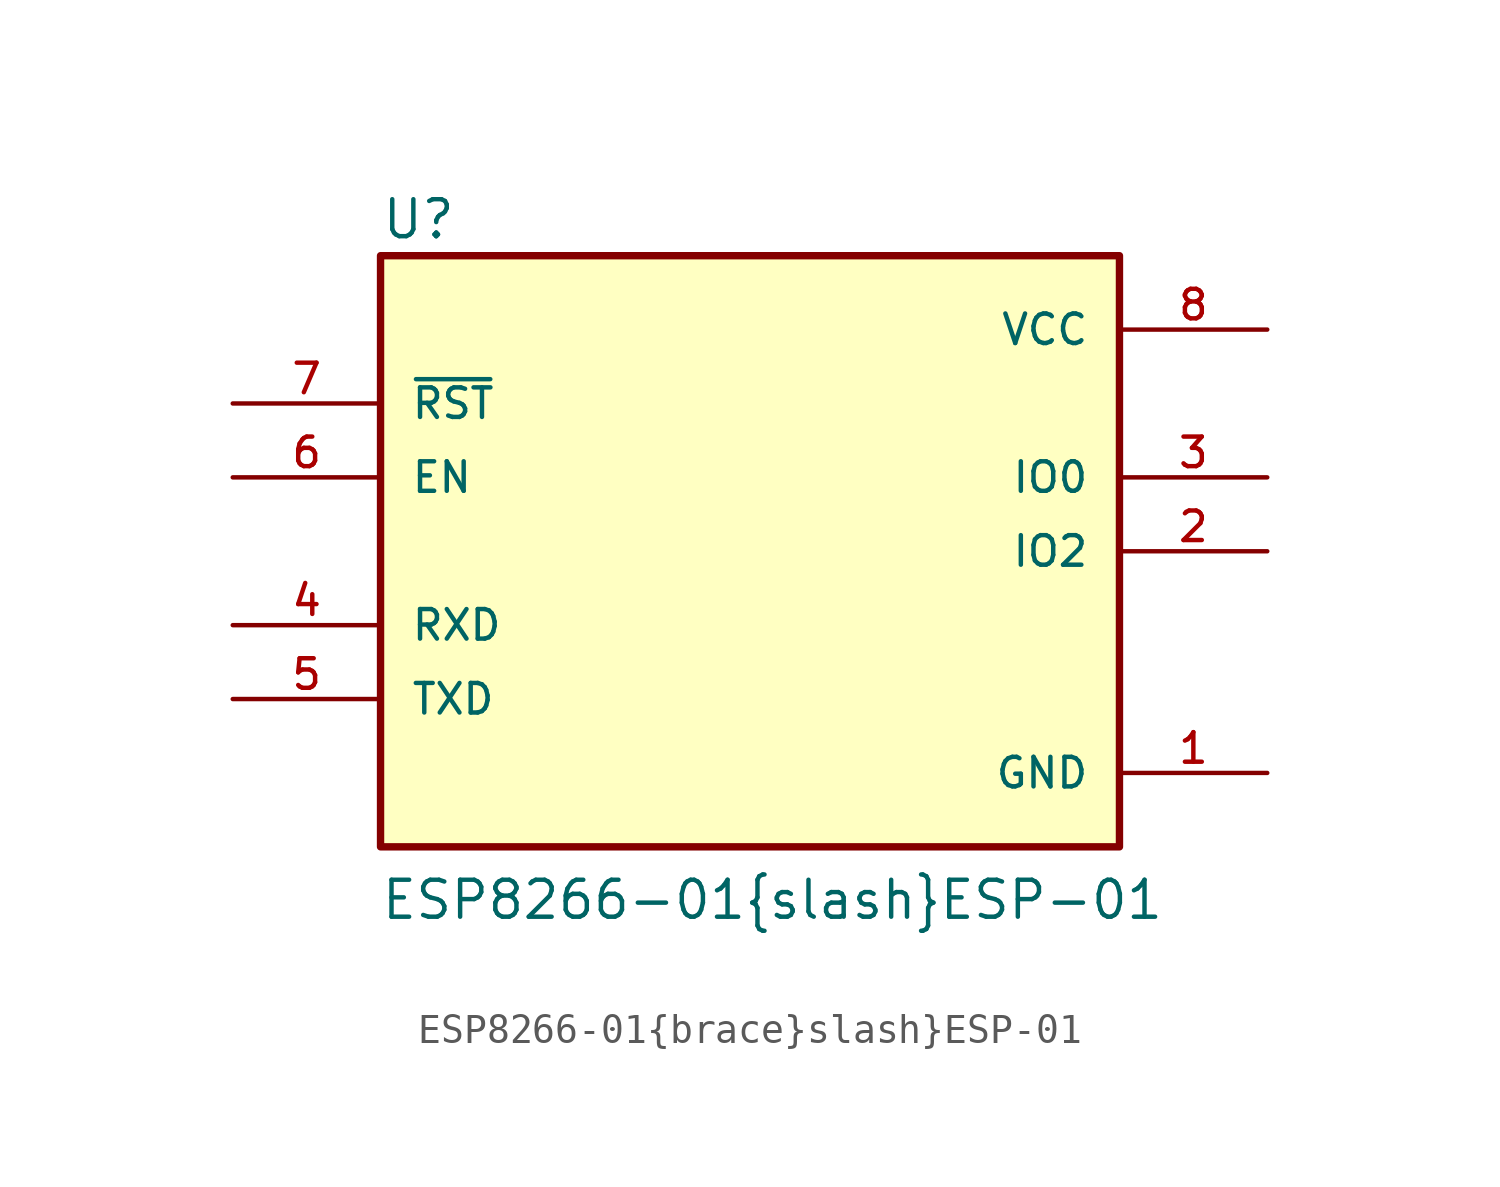
<source format=kicad_sym>
(kicad_symbol_lib
  (version 20211014)
  (generator kicad_symbol_editor)
  (symbol "ESP8266-01{brace}slash}ESP-01"
    (pin_names
      (offset 1.016))
    (property "Reference" "U"
      (at -12.7 10.668 0)
      (effects (font (size 1.27 1.27)) (justify left bottom)))
    (property "Value" "ESP8266-01{brace}slash}ESP-01"
      (at -12.725 -12.725 0)
      (effects (font (size 1.27 1.27)) (justify left bottom)))
    (property "ki_locked" ""
      (at 0 0 0)
      (effects (font (size 1.27 1.27))))
    (symbol "ESP8266-01{brace}slash}ESP-01_0_0"
      (rectangle (start -12.7 -10.16) (end 12.7 10.16) (stroke (width 0.254) (type default) (color 0 0 0 0)) (fill (type background)))
      (pin power_in line (at 17.78 -7.62 180) (length 5.08) (name "GND" (effects (font (size 1.016 1.016)))) (number "1" (effects (font (size 1.016 1.016)))))
      (pin bidirectional line (at 17.78 0 180) (length 5.08) (name "IO2" (effects (font (size 1.016 1.016)))) (number "2" (effects (font (size 1.016 1.016)))))
      (pin bidirectional line (at 17.78 2.54 180) (length 5.08) (name "IO0" (effects (font (size 1.016 1.016)))) (number "3" (effects (font (size 1.016 1.016)))))
      (pin input line (at -17.78 -2.54 0) (length 5.08) (name "RXD" (effects (font (size 1.016 1.016)))) (number "4" (effects (font (size 1.016 1.016)))))
      (pin output line (at -17.78 -5.08 0) (length 5.08) (name "TXD" (effects (font (size 1.016 1.016)))) (number "5" (effects (font (size 1.016 1.016)))))
      (pin input line (at -17.78 2.54 0) (length 5.08) (name "EN" (effects (font (size 1.016 1.016)))) (number "6" (effects (font (size 1.016 1.016)))))
      (pin input line (at -17.78 5.08 0) (length 5.08) (name "~{RST}" (effects (font (size 1.016 1.016)))) (number "7" (effects (font (size 1.016 1.016)))))
      (pin power_in line (at 17.78 7.62 180) (length 5.08) (name "VCC" (effects (font (size 1.016 1.016)))) (number "8" (effects (font (size 1.016 1.016))))))))
</source>
